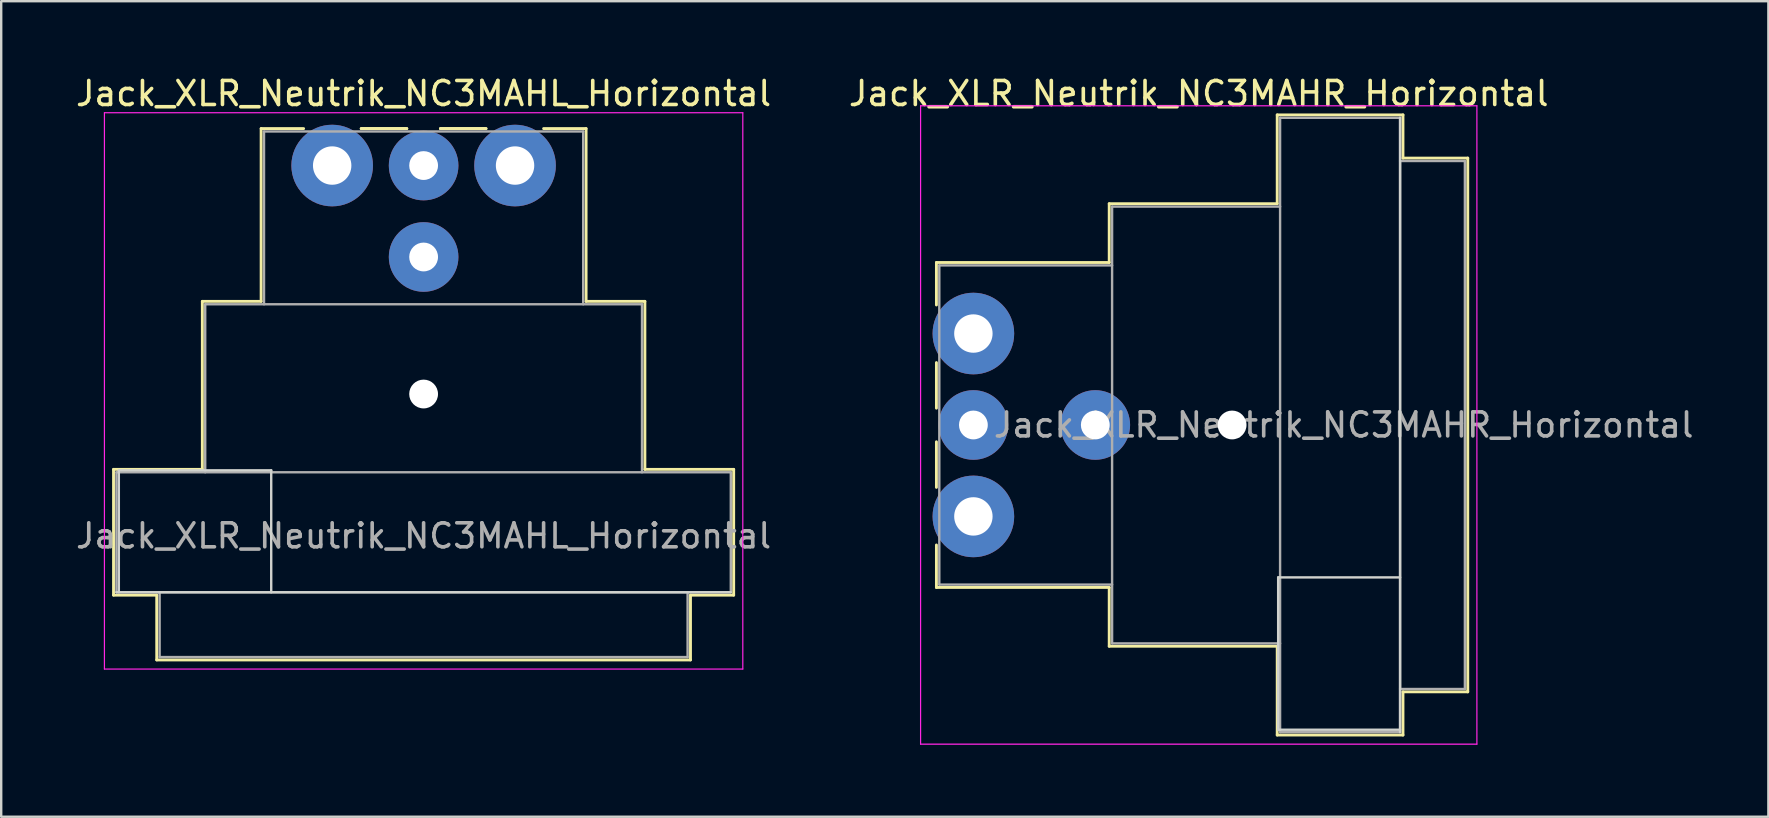
<source format=kicad_pcb>
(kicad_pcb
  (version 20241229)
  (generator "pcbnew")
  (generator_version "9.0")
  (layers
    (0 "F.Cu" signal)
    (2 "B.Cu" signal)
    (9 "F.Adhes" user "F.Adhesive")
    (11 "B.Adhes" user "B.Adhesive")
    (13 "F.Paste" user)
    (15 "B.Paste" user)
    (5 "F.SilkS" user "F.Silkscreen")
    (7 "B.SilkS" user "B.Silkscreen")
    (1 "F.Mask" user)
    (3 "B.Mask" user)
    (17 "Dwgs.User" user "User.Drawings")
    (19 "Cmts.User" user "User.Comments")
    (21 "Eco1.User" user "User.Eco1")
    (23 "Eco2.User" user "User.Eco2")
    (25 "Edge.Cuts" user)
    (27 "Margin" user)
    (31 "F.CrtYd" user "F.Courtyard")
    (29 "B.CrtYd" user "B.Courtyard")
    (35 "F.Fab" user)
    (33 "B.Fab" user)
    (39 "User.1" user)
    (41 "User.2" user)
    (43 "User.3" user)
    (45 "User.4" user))
  (footprint "Jack_XLR_Neutrik_NC3MAHL_Horizontal"
    (layer "F.Cu")
    (at 14.601 3.848)
    (property "Reference" "Jack_XLR_Neutrik_NC3MAHL_Horizontal" (at 0 -3 0) (layer "F.SilkS") (effects (font (size 1 1) (thickness 0.15))))
    (attr through_hole)
    (fp_line (start -12.92 12.66) (end -9.22 12.66) (stroke (width 0.12) (type solid)) (layer "F.SilkS"))
    (fp_line (start -12.92 17.9) (end -12.92 12.66) (stroke (width 0.12) (type solid)) (layer "F.SilkS"))
    (fp_line (start -11.12 17.9) (end -12.92 17.9) (stroke (width 0.12) (type solid)) (layer "F.SilkS"))
    (fp_line (start -11.12 17.9) (end -11.12 20.6) (stroke (width 0.12) (type solid)) (layer "F.SilkS"))
    (fp_line (start -9.22 12.66) (end -9.22 5.66) (stroke (width 0.12) (type solid)) (layer "F.SilkS"))
    (fp_line (start -6.77 5.66) (end -9.22 5.66) (stroke (width 0.12) (type solid)) (layer "F.SilkS"))
    (fp_line (start -6.77 5.66) (end -6.77 -1.54) (stroke (width 0.12) (type solid)) (layer "F.SilkS"))
    (fp_line (start -5 -1.54) (end -6.77 -1.54) (stroke (width 0.12) (type solid)) (layer "F.SilkS"))
    (fp_line (start -0.7 -1.54) (end -2.6 -1.54) (stroke (width 0.12) (type solid)) (layer "F.SilkS"))
    (fp_line (start -0.7 -1.54) (end -2.6 -1.54) (stroke (width 0.12) (type solid)) (layer "F.SilkS"))
    (fp_line (start 0.7 -1.54) (end 2.6 -1.54) (stroke (width 0.12) (type solid)) (layer "F.SilkS"))
    (fp_line (start 0.7 -1.54) (end 2.6 -1.54) (stroke (width 0.12) (type solid)) (layer "F.SilkS"))
    (fp_line (start 6.77 -1.54) (end 5 -1.54) (stroke (width 0.12) (type solid)) (layer "F.SilkS"))
    (fp_line (start 6.77 5.66) (end 6.77 -1.54) (stroke (width 0.12) (type solid)) (layer "F.SilkS"))
    (fp_line (start 6.77 5.66) (end 9.22 5.66) (stroke (width 0.12) (type solid)) (layer "F.SilkS"))
    (fp_line (start 9.22 12.66) (end 9.22 5.66) (stroke (width 0.12) (type solid)) (layer "F.SilkS"))
    (fp_line (start 9.22 12.66) (end 12.92 12.66) (stroke (width 0.12) (type solid)) (layer "F.SilkS"))
    (fp_line (start 11.12 17.9) (end 11.12 20.6) (stroke (width 0.12) (type solid)) (layer "F.SilkS"))
    (fp_line (start 11.12 20.6) (end -11.12 20.6) (stroke (width 0.12) (type solid)) (layer "F.SilkS"))
    (fp_line (start 12.92 17.9) (end 11.12 17.9) (stroke (width 0.12) (type solid)) (layer "F.SilkS"))
    (fp_line (start 12.92 17.9) (end 12.92 12.66) (stroke (width 0.12) (type solid)) (layer "F.SilkS"))
    (fp_line (start -12.7 12.7) (end -12.7 17.78) (stroke (width 0.1) (type solid)) (layer "Edge.Cuts"))
    (fp_line (start -6.35 12.7) (end -12.7 12.7) (stroke (width 0.1) (type solid)) (layer "Edge.Cuts"))
    (fp_line (start -6.35 17.78) (end -6.35 12.7) (stroke (width 0.1) (type solid)) (layer "Edge.Cuts"))
    (fp_line (start 12.8 17.78) (end -12.8 17.78) (stroke (width 0.1) (type solid)) (layer "Edge.Cuts"))
    (fp_line (start -13.3 20.98) (end -13.3 -2.2) (stroke (width 0.05) (type solid)) (layer "F.CrtYd"))
    (fp_line (start 13.3 -2.2) (end -13.3 -2.2) (stroke (width 0.05) (type solid)) (layer "F.CrtYd"))
    (fp_line (start 13.3 20.98) (end -13.3 20.98) (stroke (width 0.05) (type solid)) (layer "F.CrtYd"))
    (fp_line (start 13.3 20.98) (end 13.3 -2.2) (stroke (width 0.05) (type solid)) (layer "F.CrtYd"))
    (fp_line (start -12.8 12.78) (end 12.8 12.78) (stroke (width 0.1) (type solid)) (layer "F.Fab"))
    (fp_line (start -12.8 17.78) (end -12.8 12.78) (stroke (width 0.1) (type solid)) (layer "F.Fab"))
    (fp_line (start -11 20.48) (end -11 17.78) (stroke (width 0.1) (type solid)) (layer "F.Fab"))
    (fp_line (start -9.1 5.78) (end -9.1 12.78) (stroke (width 0.1) (type solid)) (layer "F.Fab"))
    (fp_line (start -9.1 5.78) (end 9.1 5.78) (stroke (width 0.1) (type solid)) (layer "F.Fab"))
    (fp_line (start -6.65 5.78) (end -6.65 -1.42) (stroke (width 0.1) (type solid)) (layer "F.Fab"))
    (fp_line (start 6.65 -1.42) (end -6.65 -1.42) (stroke (width 0.1) (type solid)) (layer "F.Fab"))
    (fp_line (start 6.65 5.78) (end 6.65 -1.42) (stroke (width 0.1) (type solid)) (layer "F.Fab"))
    (fp_line (start 9.1 12.78) (end 9.1 5.78) (stroke (width 0.1) (type solid)) (layer "F.Fab"))
    (fp_line (start 11 17.78) (end 11 20.48) (stroke (width 0.1) (type solid)) (layer "F.Fab"))
    (fp_line (start 11 20.48) (end -11 20.48) (stroke (width 0.1) (type solid)) (layer "F.Fab"))
    (fp_line (start 12.8 12.78) (end 12.8 17.78) (stroke (width 0.1) (type solid)) (layer "F.Fab"))
    (fp_line (start 12.8 17.78) (end -12.8 17.78) (stroke (width 0.1) (type solid)) (layer "F.Fab"))
    (fp_text user "${REFERENCE}" (at 0 15.43 0) (layer "F.Fab") (effects (font (size 1 1) (thickness 0.15))))
    (pad "" np_thru_hole circle (at 0 9.52) (size 1.2 1.2) (drill 1.2) (layers "*.Cu" "*.Mask"))
    (pad "1" thru_hole circle (at 0 0) (size 2.9 2.9) (drill 1.2) (layers "*.Cu" "*.Mask"))
    (pad "2" thru_hole circle (at -3.81 0) (size 3.4 3.4) (drill 1.6) (layers "*.Cu" "*.Mask"))
    (pad "3" thru_hole circle (at 3.81 0) (size 3.4 3.4) (drill 1.6) (layers "*.Cu" "*.Mask"))
    (pad "G" thru_hole circle (at 0 3.81) (size 2.9 2.9) (drill 1.2) (layers "*.Cu" "*.Mask")))
  (footprint "Jack_XLR_Neutrik_NC3MAHR_Horizontal"
    (layer "F.Cu")
    (at 37.509 10.848)
    (property "Reference" "Jack_XLR_Neutrik_NC3MAHR_Horizontal" (at 9.39 -10 0) (layer "F.SilkS") (effects (font (size 1 1) (thickness 0.15))))
    (attr through_hole)
    (fp_line (start -1.54 -2.96) (end -1.54 -1.19) (stroke (width 0.12) (type solid)) (layer "F.SilkS"))
    (fp_line (start -1.54 3.11) (end -1.54 1.21) (stroke (width 0.12) (type solid)) (layer "F.SilkS"))
    (fp_line (start -1.54 4.51) (end -1.54 6.41) (stroke (width 0.12) (type solid)) (layer "F.SilkS"))
    (fp_line (start -1.54 8.81) (end -1.54 10.58) (stroke (width 0.12) (type solid)) (layer "F.SilkS"))
    (fp_line (start 5.66 -2.96) (end -1.54 -2.96) (stroke (width 0.12) (type solid)) (layer "F.SilkS"))
    (fp_line (start 5.66 -2.96) (end 5.66 -5.41) (stroke (width 0.12) (type solid)) (layer "F.SilkS"))
    (fp_line (start 5.66 10.58) (end -1.54 10.58) (stroke (width 0.12) (type solid)) (layer "F.SilkS"))
    (fp_line (start 5.66 10.58) (end 5.66 13.03) (stroke (width 0.12) (type solid)) (layer "F.SilkS"))
    (fp_line (start 12.66 -5.41) (end 5.66 -5.41) (stroke (width 0.12) (type solid)) (layer "F.SilkS"))
    (fp_line (start 12.66 -5.41) (end 12.66 -9.11) (stroke (width 0.12) (type solid)) (layer "F.SilkS"))
    (fp_line (start 12.66 13.03) (end 5.66 13.03) (stroke (width 0.12) (type solid)) (layer "F.SilkS"))
    (fp_line (start 12.66 16.73) (end 12.66 13.03) (stroke (width 0.12) (type solid)) (layer "F.SilkS"))
    (fp_line (start 17.9 -9.11) (end 12.66 -9.11) (stroke (width 0.12) (type solid)) (layer "F.SilkS"))
    (fp_line (start 17.9 -9.11) (end 17.9 -7.31) (stroke (width 0.12) (type solid)) (layer "F.SilkS"))
    (fp_line (start 17.9 -7.31) (end 20.6 -7.31) (stroke (width 0.12) (type solid)) (layer "F.SilkS"))
    (fp_line (start 17.9 14.93) (end 17.9 16.73) (stroke (width 0.12) (type solid)) (layer "F.SilkS"))
    (fp_line (start 17.9 14.93) (end 20.6 14.93) (stroke (width 0.12) (type solid)) (layer "F.SilkS"))
    (fp_line (start 17.9 16.73) (end 12.66 16.73) (stroke (width 0.12) (type solid)) (layer "F.SilkS"))
    (fp_line (start 20.6 -7.31) (end 20.6 14.93) (stroke (width 0.12) (type solid)) (layer "F.SilkS"))
    (fp_line (start 12.7 10.16) (end 12.7 16.51) (stroke (width 0.1) (type solid)) (layer "Edge.Cuts"))
    (fp_line (start 12.7 16.51) (end 17.78 16.51) (stroke (width 0.1) (type solid)) (layer "Edge.Cuts"))
    (fp_line (start 17.78 -8.99) (end 17.78 16.61) (stroke (width 0.1) (type solid)) (layer "Edge.Cuts"))
    (fp_line (start 17.78 10.16) (end 12.7 10.16) (stroke (width 0.1) (type solid)) (layer "Edge.Cuts"))
    (fp_line (start -2.2 -9.49) (end -2.2 17.11) (stroke (width 0.05) (type solid)) (layer "F.CrtYd"))
    (fp_line (start 20.98 -9.49) (end -2.2 -9.49) (stroke (width 0.05) (type solid)) (layer "F.CrtYd"))
    (fp_line (start 20.98 -9.49) (end 20.98 17.11) (stroke (width 0.05) (type solid)) (layer "F.CrtYd"))
    (fp_line (start 20.98 17.11) (end -2.2 17.11) (stroke (width 0.05) (type solid)) (layer "F.CrtYd"))
    (fp_line (start -1.42 -2.84) (end -1.42 10.46) (stroke (width 0.1) (type solid)) (layer "F.Fab"))
    (fp_line (start 5.78 -2.84) (end -1.42 -2.84) (stroke (width 0.1) (type solid)) (layer "F.Fab"))
    (fp_line (start 5.78 10.46) (end -1.42 10.46) (stroke (width 0.1) (type solid)) (layer "F.Fab"))
    (fp_line (start 5.78 12.91) (end 5.78 -5.29) (stroke (width 0.1) (type solid)) (layer "F.Fab"))
    (fp_line (start 5.78 12.91) (end 12.78 12.91) (stroke (width 0.1) (type solid)) (layer "F.Fab"))
    (fp_line (start 12.78 -8.99) (end 17.78 -8.99) (stroke (width 0.1) (type solid)) (layer "F.Fab"))
    (fp_line (start 12.78 -5.29) (end 5.78 -5.29) (stroke (width 0.1) (type solid)) (layer "F.Fab"))
    (fp_line (start 12.78 16.61) (end 12.78 -8.99) (stroke (width 0.1) (type solid)) (layer "F.Fab"))
    (fp_line (start 17.78 -8.99) (end 17.78 16.61) (stroke (width 0.1) (type solid)) (layer "F.Fab"))
    (fp_line (start 17.78 -7.19) (end 20.48 -7.19) (stroke (width 0.1) (type solid)) (layer "F.Fab"))
    (fp_line (start 17.78 16.61) (end 12.78 16.61) (stroke (width 0.1) (type solid)) (layer "F.Fab"))
    (fp_line (start 20.48 -7.19) (end 20.48 14.81) (stroke (width 0.1) (type solid)) (layer "F.Fab"))
    (fp_line (start 20.48 14.81) (end 17.78 14.81) (stroke (width 0.1) (type solid)) (layer "F.Fab"))
    (fp_text user "${REFERENCE}" (at 15.43 3.81 0) (layer "F.Fab") (effects (font (size 1 1) (thickness 0.15))))
    (pad "" np_thru_hole circle (at 10.78 3.81) (size 1.2 1.2) (drill 1.2) (layers "*.Cu" "*.Mask"))
    (pad "1" thru_hole circle (at 0 0) (size 3.4 3.4) (drill 1.6) (layers "*.Cu" "*.Mask"))
    (pad "2" thru_hole circle (at 0 3.81) (size 2.9 2.9) (drill 1.2) (layers "*.Cu" "*.Mask"))
    (pad "3" thru_hole circle (at 0 7.62) (size 3.4 3.4) (drill 1.6) (layers "*.Cu" "*.Mask"))
    (pad "G" thru_hole circle (at 5.08 3.81) (size 2.9 2.9) (drill 1.2) (layers "*.Cu" "*.Mask")))
  (gr_rect
    (start -3 -3)
    (end 70.635 30.983)
    (stroke (width 0.1) (type default))
    (fill no)
    (layer "Edge.Cuts")))
</source>
